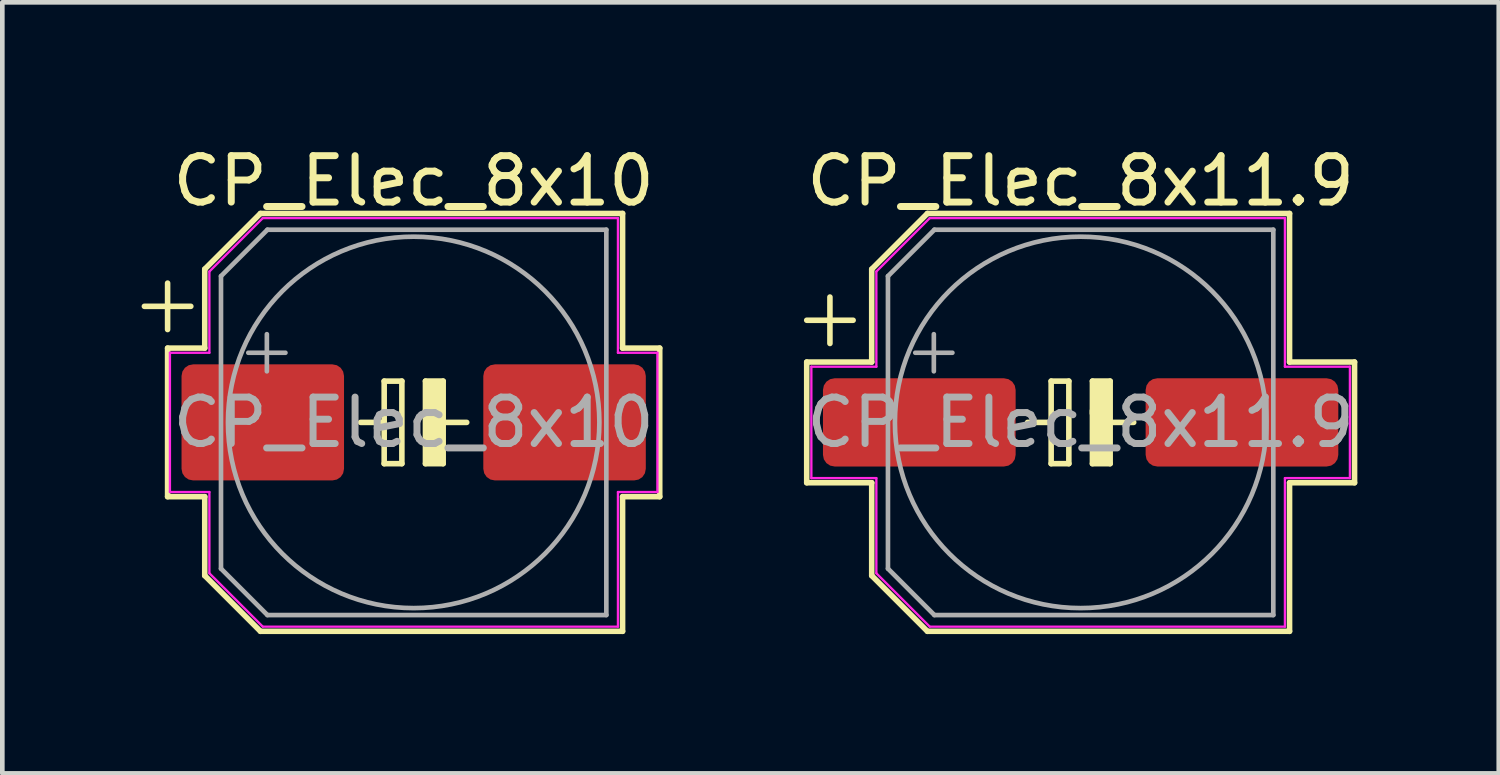
<source format=kicad_pcb>
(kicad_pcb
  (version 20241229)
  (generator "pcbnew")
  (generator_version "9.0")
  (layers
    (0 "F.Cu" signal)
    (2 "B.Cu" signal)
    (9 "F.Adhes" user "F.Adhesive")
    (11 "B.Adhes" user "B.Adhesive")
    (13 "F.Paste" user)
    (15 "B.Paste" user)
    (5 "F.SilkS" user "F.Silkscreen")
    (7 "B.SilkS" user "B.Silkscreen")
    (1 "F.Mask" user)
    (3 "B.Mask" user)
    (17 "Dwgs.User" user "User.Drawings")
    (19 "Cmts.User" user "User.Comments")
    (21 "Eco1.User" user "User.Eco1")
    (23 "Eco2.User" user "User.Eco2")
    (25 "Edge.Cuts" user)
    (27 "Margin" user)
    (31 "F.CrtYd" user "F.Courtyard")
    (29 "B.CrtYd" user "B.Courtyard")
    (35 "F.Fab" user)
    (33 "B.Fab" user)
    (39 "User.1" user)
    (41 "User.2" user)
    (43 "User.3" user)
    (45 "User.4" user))
  (footprint "CP_Elec_8x10"
    (layer "F.Cu")
    (at 5.86 6.048)
    (property "Reference" "CP_Elec_8x10" (at 0 -5.2 0) (layer "F.SilkS") (effects (font (size 1 1) (thickness 0.15))))
    (attr smd)
    (fp_line (start -5.8 -2.5) (end -4.8 -2.5) (stroke (width 0.12) (type solid)) (layer "F.SilkS"))
    (fp_line (start -5.3 -3) (end -5.3 -2) (stroke (width 0.12) (type solid)) (layer "F.SilkS"))
    (fp_line (start -5.3 -1.6) (end -5.3 1.6) (stroke (width 0.12) (type solid)) (layer "F.SilkS"))
    (fp_line (start -5.3 1.6) (end -4.5 1.6) (stroke (width 0.12) (type solid)) (layer "F.SilkS"))
    (fp_line (start -4.5 -3.3) (end -4.5 -1.6) (stroke (width 0.12) (type solid)) (layer "F.SilkS"))
    (fp_line (start -4.5 -1.6) (end -5.3 -1.6) (stroke (width 0.12) (type solid)) (layer "F.SilkS"))
    (fp_line (start -4.5 1.6) (end -4.5 3.3) (stroke (width 0.12) (type solid)) (layer "F.SilkS"))
    (fp_line (start -4.5 3.3) (end -3.3 4.5) (stroke (width 0.12) (type solid)) (layer "F.SilkS"))
    (fp_line (start -3.3 -4.5) (end -4.5 -3.3) (stroke (width 0.12) (type solid)) (layer "F.SilkS"))
    (fp_line (start -3.3 4.5) (end 4.5 4.5) (stroke (width 0.12) (type solid)) (layer "F.SilkS"))
    (fp_line (start -0.635 -0.889) (end -0.254 -0.889) (stroke (width 0.12) (type solid)) (layer "F.SilkS"))
    (fp_line (start -0.635 0) (end -1.143 0) (stroke (width 0.12) (type solid)) (layer "F.SilkS"))
    (fp_line (start -0.635 0.889) (end -0.635 -0.889) (stroke (width 0.12) (type solid)) (layer "F.SilkS"))
    (fp_line (start -0.254 -0.889) (end -0.254 0.889) (stroke (width 0.12) (type solid)) (layer "F.SilkS"))
    (fp_line (start -0.254 0.889) (end -0.635 0.889) (stroke (width 0.12) (type solid)) (layer "F.SilkS"))
    (fp_line (start 0.254 -0.889) (end 0.254 -0.191) (stroke (width 0.12) (type solid)) (layer "F.SilkS"))
    (fp_line (start 0.254 -0.889) (end 0.635 -0.889) (stroke (width 0.12) (type solid)) (layer "F.SilkS"))
    (fp_line (start 0.254 -0.254) (end 0.254 0.889) (stroke (width 0.12) (type solid)) (layer "F.SilkS"))
    (fp_line (start 0.635 0) (end 1.143 0) (stroke (width 0.12) (type solid)) (layer "F.SilkS"))
    (fp_line (start 0.635 0.889) (end 0.254 0.889) (stroke (width 0.12) (type solid)) (layer "F.SilkS"))
    (fp_line (start 0.635 0.889) (end 0.635 -0.889) (stroke (width 0.12) (type solid)) (layer "F.SilkS"))
    (fp_line (start 4.5 -4.5) (end -3.3 -4.5) (stroke (width 0.12) (type solid)) (layer "F.SilkS"))
    (fp_line (start 4.5 -1.6) (end 4.5 -4.5) (stroke (width 0.12) (type solid)) (layer "F.SilkS"))
    (fp_line (start 4.5 1.6) (end 5.3 1.6) (stroke (width 0.12) (type solid)) (layer "F.SilkS"))
    (fp_line (start 4.5 4.5) (end 4.5 1.6) (stroke (width 0.12) (type solid)) (layer "F.SilkS"))
    (fp_line (start 5.3 -1.6) (end 4.5 -1.6) (stroke (width 0.12) (type solid)) (layer "F.SilkS"))
    (fp_line (start 5.3 1.6) (end 5.3 -1.6) (stroke (width 0.12) (type solid)) (layer "F.SilkS"))
    (fp_poly (pts (xy 0.635 0.889) (xy 0.254 0.889) (xy 0.254 -0.889) (xy 0.635 -0.889)) (stroke (width 0.1) (type solid)) (fill yes) (layer "F.SilkS"))
    (fp_line (start -5.25 -1.5) (end -5.25 1.5) (stroke (width 0.05) (type solid)) (layer "F.CrtYd"))
    (fp_line (start -5.25 1.5) (end -4.4 1.5) (stroke (width 0.05) (type solid)) (layer "F.CrtYd"))
    (fp_line (start -4.4 -3.25) (end -4.4 -1.5) (stroke (width 0.05) (type solid)) (layer "F.CrtYd"))
    (fp_line (start -4.4 -3.25) (end -3.25 -4.4) (stroke (width 0.05) (type solid)) (layer "F.CrtYd"))
    (fp_line (start -4.4 -1.5) (end -5.25 -1.5) (stroke (width 0.05) (type solid)) (layer "F.CrtYd"))
    (fp_line (start -4.4 1.5) (end -4.4 3.25) (stroke (width 0.05) (type solid)) (layer "F.CrtYd"))
    (fp_line (start -4.4 3.25) (end -3.25 4.4) (stroke (width 0.05) (type solid)) (layer "F.CrtYd"))
    (fp_line (start -3.25 -4.4) (end 4.4 -4.4) (stroke (width 0.05) (type solid)) (layer "F.CrtYd"))
    (fp_line (start -3.25 4.4) (end 4.4 4.4) (stroke (width 0.05) (type solid)) (layer "F.CrtYd"))
    (fp_line (start 4.4 -4.4) (end 4.4 -1.5) (stroke (width 0.05) (type solid)) (layer "F.CrtYd"))
    (fp_line (start 4.4 -1.5) (end 5.25 -1.5) (stroke (width 0.05) (type solid)) (layer "F.CrtYd"))
    (fp_line (start 4.4 1.5) (end 4.4 4.4) (stroke (width 0.05) (type solid)) (layer "F.CrtYd"))
    (fp_line (start 5.25 -1.5) (end 5.25 1.5) (stroke (width 0.05) (type solid)) (layer "F.CrtYd"))
    (fp_line (start 5.25 1.5) (end 4.4 1.5) (stroke (width 0.05) (type solid)) (layer "F.CrtYd"))
    (fp_line (start -4.15 -3.15) (end -4.15 3.15) (stroke (width 0.1) (type solid)) (layer "F.Fab"))
    (fp_line (start -4.15 -3.15) (end -3.15 -4.15) (stroke (width 0.1) (type solid)) (layer "F.Fab"))
    (fp_line (start -4.15 3.15) (end -3.15 4.15) (stroke (width 0.1) (type solid)) (layer "F.Fab"))
    (fp_line (start -3.562 -1.5) (end -2.762 -1.5) (stroke (width 0.1) (type solid)) (layer "F.Fab"))
    (fp_line (start -3.162 -1.9) (end -3.162 -1.1) (stroke (width 0.1) (type solid)) (layer "F.Fab"))
    (fp_line (start -3.15 -4.15) (end 4.15 -4.15) (stroke (width 0.1) (type solid)) (layer "F.Fab"))
    (fp_line (start -3.15 4.15) (end 4.15 4.15) (stroke (width 0.1) (type solid)) (layer "F.Fab"))
    (fp_line (start 4.15 -4.15) (end 4.15 4.15) (stroke (width 0.1) (type solid)) (layer "F.Fab"))
    (fp_circle (center 0 0) (end 4 0) (stroke (width 0.1) (type solid)) (fill no) (layer "F.Fab"))
    (fp_text user "${REFERENCE}" (at 0 0 0) (layer "F.Fab") (effects (font (size 1 1) (thickness 0.15))))
    (pad "1" smd roundrect (at -3.25 0) (size 3.5 2.5) (layers "F.Cu" "F.Mask" "F.Paste") (roundrect_rratio 0.1))
    (pad "2" smd roundrect (at 3.25 0) (size 3.5 2.5) (layers "F.Cu" "F.Mask" "F.Paste") (roundrect_rratio 0.1)))
  (footprint "CP_Elec_8x11.9"
    (layer "F.Cu")
    (at 20.226 6.048)
    (property "Reference" "CP_Elec_8x11.9" (at 0 -5.2 0) (layer "F.SilkS") (effects (font (size 1 1) (thickness 0.15))))
    (attr smd)
    (fp_line (start -5.9 -2.2) (end -4.9 -2.2) (stroke (width 0.12) (type solid)) (layer "F.SilkS"))
    (fp_line (start -5.9 -1.3) (end -5.9 1.3) (stroke (width 0.12) (type solid)) (layer "F.SilkS"))
    (fp_line (start -5.9 1.3) (end -4.5 1.3) (stroke (width 0.12) (type solid)) (layer "F.SilkS"))
    (fp_line (start -5.4 -2.7) (end -5.4 -1.7) (stroke (width 0.12) (type solid)) (layer "F.SilkS"))
    (fp_line (start -4.5 -3.3) (end -4.5 -1.3) (stroke (width 0.12) (type solid)) (layer "F.SilkS"))
    (fp_line (start -4.5 -1.3) (end -5.9 -1.3) (stroke (width 0.12) (type solid)) (layer "F.SilkS"))
    (fp_line (start -4.5 1.3) (end -4.5 3.3) (stroke (width 0.12) (type solid)) (layer "F.SilkS"))
    (fp_line (start -4.5 3.3) (end -3.3 4.5) (stroke (width 0.12) (type solid)) (layer "F.SilkS"))
    (fp_line (start -3.3 -4.5) (end -4.5 -3.3) (stroke (width 0.12) (type solid)) (layer "F.SilkS"))
    (fp_line (start -3.3 4.5) (end 4.5 4.5) (stroke (width 0.12) (type solid)) (layer "F.SilkS"))
    (fp_line (start -0.635 -0.889) (end -0.254 -0.889) (stroke (width 0.12) (type solid)) (layer "F.SilkS"))
    (fp_line (start -0.635 0) (end -1.143 0) (stroke (width 0.12) (type solid)) (layer "F.SilkS"))
    (fp_line (start -0.635 0.889) (end -0.635 -0.889) (stroke (width 0.12) (type solid)) (layer "F.SilkS"))
    (fp_line (start -0.254 -0.889) (end -0.254 0.889) (stroke (width 0.12) (type solid)) (layer "F.SilkS"))
    (fp_line (start -0.254 0.889) (end -0.635 0.889) (stroke (width 0.12) (type solid)) (layer "F.SilkS"))
    (fp_line (start 0.254 -0.889) (end 0.254 -0.191) (stroke (width 0.12) (type solid)) (layer "F.SilkS"))
    (fp_line (start 0.254 -0.889) (end 0.635 -0.889) (stroke (width 0.12) (type solid)) (layer "F.SilkS"))
    (fp_line (start 0.254 -0.254) (end 0.254 0.889) (stroke (width 0.12) (type solid)) (layer "F.SilkS"))
    (fp_line (start 0.635 0) (end 1.143 0) (stroke (width 0.12) (type solid)) (layer "F.SilkS"))
    (fp_line (start 0.635 0.889) (end 0.254 0.889) (stroke (width 0.12) (type solid)) (layer "F.SilkS"))
    (fp_line (start 0.635 0.889) (end 0.635 -0.889) (stroke (width 0.12) (type solid)) (layer "F.SilkS"))
    (fp_line (start 4.5 -4.5) (end -3.3 -4.5) (stroke (width 0.12) (type solid)) (layer "F.SilkS"))
    (fp_line (start 4.5 -1.3) (end 4.5 -4.5) (stroke (width 0.12) (type solid)) (layer "F.SilkS"))
    (fp_line (start 4.5 1.3) (end 5.9 1.3) (stroke (width 0.12) (type solid)) (layer "F.SilkS"))
    (fp_line (start 4.5 4.5) (end 4.5 1.3) (stroke (width 0.12) (type solid)) (layer "F.SilkS"))
    (fp_line (start 5.9 -1.3) (end 4.5 -1.3) (stroke (width 0.12) (type solid)) (layer "F.SilkS"))
    (fp_line (start 5.9 1.3) (end 5.9 -1.3) (stroke (width 0.12) (type solid)) (layer "F.SilkS"))
    (fp_poly (pts (xy 0.635 0.889) (xy 0.254 0.889) (xy 0.254 -0.889) (xy 0.635 -0.889)) (stroke (width 0.1) (type solid)) (fill yes) (layer "F.SilkS"))
    (fp_line (start -5.8 -1.2) (end -5.8 1.2) (stroke (width 0.05) (type solid)) (layer "F.CrtYd"))
    (fp_line (start -5.8 1.2) (end -4.4 1.2) (stroke (width 0.05) (type solid)) (layer "F.CrtYd"))
    (fp_line (start -4.4 -3.25) (end -4.4 -1.2) (stroke (width 0.05) (type solid)) (layer "F.CrtYd"))
    (fp_line (start -4.4 -3.25) (end -3.25 -4.4) (stroke (width 0.05) (type solid)) (layer "F.CrtYd"))
    (fp_line (start -4.4 -1.2) (end -5.8 -1.2) (stroke (width 0.05) (type solid)) (layer "F.CrtYd"))
    (fp_line (start -4.4 1.2) (end -4.4 3.25) (stroke (width 0.05) (type solid)) (layer "F.CrtYd"))
    (fp_line (start -4.4 3.25) (end -3.25 4.4) (stroke (width 0.05) (type solid)) (layer "F.CrtYd"))
    (fp_line (start -3.25 -4.4) (end 4.4 -4.4) (stroke (width 0.05) (type solid)) (layer "F.CrtYd"))
    (fp_line (start -3.25 4.4) (end 4.4 4.4) (stroke (width 0.05) (type solid)) (layer "F.CrtYd"))
    (fp_line (start 4.4 -4.4) (end 4.4 -1.2) (stroke (width 0.05) (type solid)) (layer "F.CrtYd"))
    (fp_line (start 4.4 -1.2) (end 5.8 -1.2) (stroke (width 0.05) (type solid)) (layer "F.CrtYd"))
    (fp_line (start 4.4 1.2) (end 4.4 4.4) (stroke (width 0.05) (type solid)) (layer "F.CrtYd"))
    (fp_line (start 5.8 -1.2) (end 5.8 1.2) (stroke (width 0.05) (type solid)) (layer "F.CrtYd"))
    (fp_line (start 5.8 1.2) (end 4.4 1.2) (stroke (width 0.05) (type solid)) (layer "F.CrtYd"))
    (fp_line (start -4.15 -3.15) (end -4.15 3.15) (stroke (width 0.1) (type solid)) (layer "F.Fab"))
    (fp_line (start -4.15 -3.15) (end -3.15 -4.15) (stroke (width 0.1) (type solid)) (layer "F.Fab"))
    (fp_line (start -4.15 3.15) (end -3.15 4.15) (stroke (width 0.1) (type solid)) (layer "F.Fab"))
    (fp_line (start -3.562 -1.5) (end -2.762 -1.5) (stroke (width 0.1) (type solid)) (layer "F.Fab"))
    (fp_line (start -3.162 -1.9) (end -3.162 -1.1) (stroke (width 0.1) (type solid)) (layer "F.Fab"))
    (fp_line (start -3.15 -4.15) (end 4.15 -4.15) (stroke (width 0.1) (type solid)) (layer "F.Fab"))
    (fp_line (start -3.15 4.15) (end 4.15 4.15) (stroke (width 0.1) (type solid)) (layer "F.Fab"))
    (fp_line (start 4.15 -4.15) (end 4.15 4.15) (stroke (width 0.1) (type solid)) (layer "F.Fab"))
    (fp_circle (center 0 0) (end 4 0) (stroke (width 0.1) (type solid)) (fill no) (layer "F.Fab"))
    (fp_text user "${REFERENCE}" (at 0 0 0) (layer "F.Fab") (effects (font (size 1 1) (thickness 0.15))))
    (pad "1" smd roundrect (at -3.475 0) (size 4.15 1.9) (layers "F.Cu" "F.Mask" "F.Paste") (roundrect_rratio 0.132))
    (pad "2" smd roundrect (at 3.475 0) (size 4.15 1.9) (layers "F.Cu" "F.Mask" "F.Paste") (roundrect_rratio 0.132)))
  (gr_rect
    (start -3 -3)
    (end 29.232 13.608)
    (stroke (width 0.1) (type default))
    (fill no)
    (layer "Edge.Cuts")))
</source>
